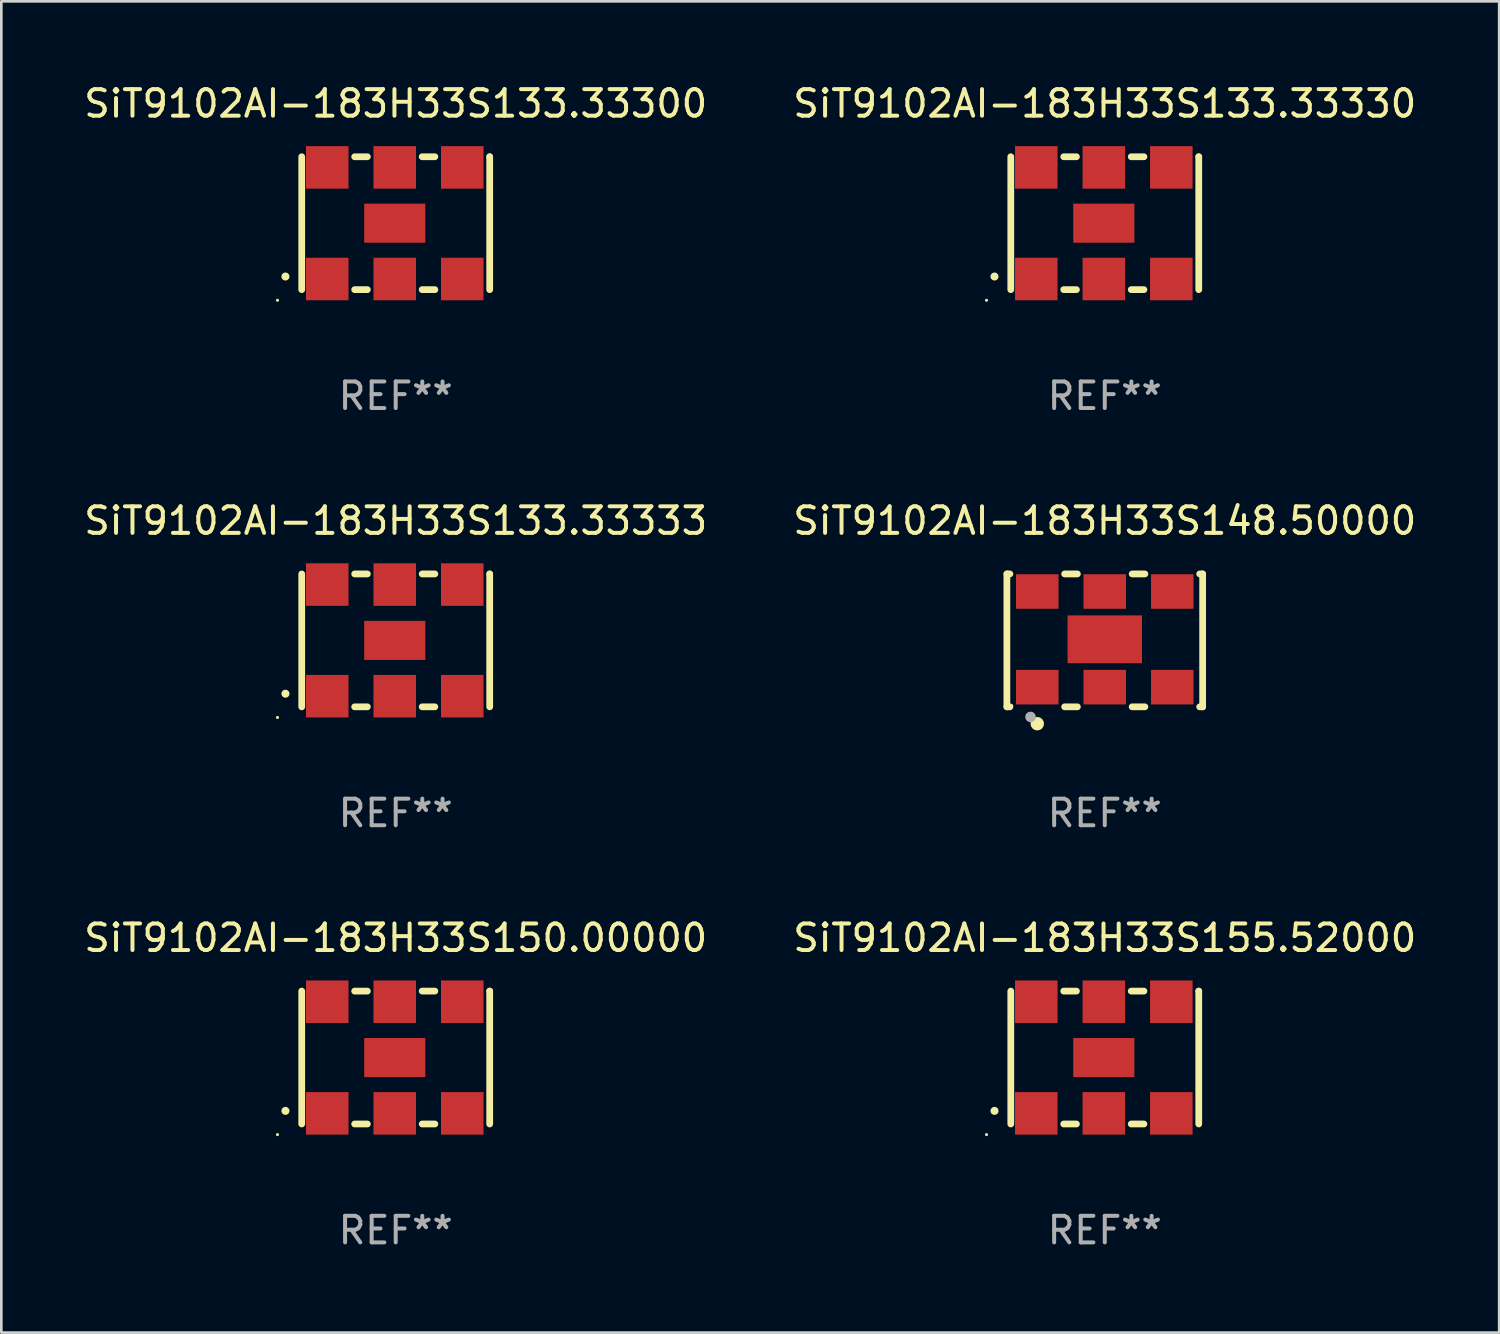
<source format=kicad_pcb>
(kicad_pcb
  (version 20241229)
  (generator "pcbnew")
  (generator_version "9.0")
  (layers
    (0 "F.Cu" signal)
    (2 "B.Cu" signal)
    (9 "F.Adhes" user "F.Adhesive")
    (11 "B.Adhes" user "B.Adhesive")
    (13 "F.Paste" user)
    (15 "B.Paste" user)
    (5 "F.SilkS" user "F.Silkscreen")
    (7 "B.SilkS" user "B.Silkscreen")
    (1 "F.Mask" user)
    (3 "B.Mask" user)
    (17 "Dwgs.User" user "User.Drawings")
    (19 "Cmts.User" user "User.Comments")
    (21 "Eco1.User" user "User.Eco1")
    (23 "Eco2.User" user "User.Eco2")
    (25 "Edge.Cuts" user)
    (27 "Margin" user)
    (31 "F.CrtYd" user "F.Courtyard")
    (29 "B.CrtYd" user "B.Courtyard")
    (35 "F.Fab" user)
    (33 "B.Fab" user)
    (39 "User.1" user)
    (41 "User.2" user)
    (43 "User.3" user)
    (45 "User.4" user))
  (footprint "SiT9102AI-183H33S148.50000"
    (layer "F.Cu")
    (at 38.518 21.045)
    (property "Reference" "SiT9102AI-183H33S148.50000" (at 0 -4.5 0) (layer "F.SilkS") (effects (font (size 1 1) (thickness 0.15))))
    (attr through_hole)
    (fp_line (start -3.683 -2.5) (end -3.571 -2.5) (stroke (width 0.254) (type solid)) (layer "F.SilkS"))
    (fp_line (start -3.683 2.5) (end -3.683 -2.5) (stroke (width 0.254) (type solid)) (layer "F.SilkS"))
    (fp_line (start -3.683 2.5) (end -3.571 2.5) (stroke (width 0.254) (type solid)) (layer "F.SilkS"))
    (fp_line (start -1.509 -2.5) (end -1.031 -2.5) (stroke (width 0.254) (type solid)) (layer "F.SilkS"))
    (fp_line (start -1.509 2.5) (end -1.031 2.5) (stroke (width 0.254) (type solid)) (layer "F.SilkS"))
    (fp_line (start 1.031 -2.5) (end 1.509 -2.5) (stroke (width 0.254) (type solid)) (layer "F.SilkS"))
    (fp_line (start 1.031 2.5) (end 1.509 2.5) (stroke (width 0.254) (type solid)) (layer "F.SilkS"))
    (fp_line (start 3.571 -2.5) (end 3.683 -2.5) (stroke (width 0.254) (type solid)) (layer "F.SilkS"))
    (fp_line (start 3.571 2.5) (end 3.683 2.5) (stroke (width 0.254) (type solid)) (layer "F.SilkS"))
    (fp_line (start 3.683 2.5) (end 3.683 -2.5) (stroke (width 0.254) (type solid)) (layer "F.SilkS"))
    (fp_circle (center -3.5 2.46) (end -3.47 2.46) (stroke (width 0.06) (type solid)) (fill no) (layer "F.SilkS"))
    (fp_circle (center -2.54 3.135) (end -2.413 3.135) (stroke (width 0.254) (type solid)) (fill no) (layer "F.SilkS"))
    (fp_circle (center -2.794 2.881) (end -2.694 2.881) (stroke (width 0.2) (type solid)) (fill no) (layer "F.Fab"))
    (fp_text user "REF**" (at 0 6.5 0) (layer "F.Fab") (effects (font (size 1 1) (thickness 0.15))))
    (pad "1" smd rect (at -2.54 1.76) (size 1.6 1.3) (layers "F.Cu" "F.Mask" "F.Paste"))
    (pad "2" smd rect (at 0 1.76) (size 1.6 1.3) (layers "F.Cu" "F.Mask" "F.Paste"))
    (pad "3" smd rect (at 2.54 1.76) (size 1.6 1.3) (layers "F.Cu" "F.Mask" "F.Paste"))
    (pad "4" smd rect (at 2.54 -1.84) (size 1.6 1.3) (layers "F.Cu" "F.Mask" "F.Paste"))
    (pad "5" smd rect (at 0 -1.84) (size 1.6 1.3) (layers "F.Cu" "F.Mask" "F.Paste"))
    (pad "6" smd rect (at -2.54 -1.84) (size 1.6 1.3) (layers "F.Cu" "F.Mask" "F.Paste"))
    (pad "7" smd rect (at 0 -0.04) (size 2.8 1.8) (layers "F.Cu" "F.Mask" "F.Paste")))
  (footprint "SiT9102AI-183H33S133.33330"
    (layer "F.Cu")
    (at 38.518 5.348)
    (property "Reference" "SiT9102AI-183H33S133.33330" (at 0 -4.5 0) (layer "F.SilkS") (effects (font (size 1 1) (thickness 0.15))))
    (attr through_hole)
    (fp_line (start -3.536 -2.5) (end -3.536 2.5) (stroke (width 0.254) (type solid)) (layer "F.SilkS"))
    (fp_line (start -1.544 2.5) (end -1.067 2.5) (stroke (width 0.254) (type solid)) (layer "F.SilkS"))
    (fp_line (start -1.067 -2.5) (end -1.544 -2.5) (stroke (width 0.254) (type solid)) (layer "F.SilkS"))
    (fp_line (start 0.996 2.5) (end 1.473 2.5) (stroke (width 0.254) (type solid)) (layer "F.SilkS"))
    (fp_line (start 1.473 -2.5) (end 0.996 -2.5) (stroke (width 0.254) (type solid)) (layer "F.SilkS"))
    (fp_line (start 3.536 -2.5) (end 3.536 -2.5) (stroke (width 0.254) (type solid)) (layer "F.SilkS"))
    (fp_line (start 3.536 2.5) (end 3.536 -2.5) (stroke (width 0.254) (type solid)) (layer "F.SilkS"))
    (fp_arc (start -4.150432 2.006604) (mid -4.149162 2.006599) (end -4.147892 2.006604) (stroke (width 0.3) (type solid)) (layer "F.SilkS"))
    (fp_circle (center -4.449 2.9) (end -4.419 2.9) (stroke (width 0.06) (type solid)) (fill no) (layer "F.SilkS"))
    (fp_text user "REF**" (at 0 6.5 0) (layer "F.Fab") (effects (font (size 1 1) (thickness 0.15))))
    (pad "1" smd rect (at -2.576 2.1) (size 1.6 1.6) (layers "F.Cu" "F.Mask" "F.Paste"))
    (pad "2" smd rect (at -0.036 2.1) (size 1.6 1.6) (layers "F.Cu" "F.Mask" "F.Paste"))
    (pad "3" smd rect (at 2.504 2.1) (size 1.6 1.6) (layers "F.Cu" "F.Mask" "F.Paste"))
    (pad "4" smd rect (at 2.504 -2.1) (size 1.6 1.6) (layers "F.Cu" "F.Mask" "F.Paste"))
    (pad "5" smd rect (at -0.036 -2.1) (size 1.6 1.6) (layers "F.Cu" "F.Mask" "F.Paste"))
    (pad "6" smd rect (at -2.576 -2.1) (size 1.6 1.6) (layers "F.Cu" "F.Mask" "F.Paste"))
    (pad "7" smd rect (at -0.036 0) (size 2.3 1.47) (layers "F.Cu" "F.Mask" "F.Paste")))
  (footprint "SiT9102AI-183H33S155.52000"
    (layer "F.Cu")
    (at 38.518 36.741)
    (property "Reference" "SiT9102AI-183H33S155.52000" (at 0 -4.5 0) (layer "F.SilkS") (effects (font (size 1 1) (thickness 0.15))))
    (attr through_hole)
    (fp_line (start -3.536 -2.5) (end -3.536 2.5) (stroke (width 0.254) (type solid)) (layer "F.SilkS"))
    (fp_line (start -1.544 2.5) (end -1.067 2.5) (stroke (width 0.254) (type solid)) (layer "F.SilkS"))
    (fp_line (start -1.067 -2.5) (end -1.544 -2.5) (stroke (width 0.254) (type solid)) (layer "F.SilkS"))
    (fp_line (start 0.996 2.5) (end 1.473 2.5) (stroke (width 0.254) (type solid)) (layer "F.SilkS"))
    (fp_line (start 1.473 -2.5) (end 0.996 -2.5) (stroke (width 0.254) (type solid)) (layer "F.SilkS"))
    (fp_line (start 3.536 -2.5) (end 3.536 -2.5) (stroke (width 0.254) (type solid)) (layer "F.SilkS"))
    (fp_line (start 3.536 2.5) (end 3.536 -2.5) (stroke (width 0.254) (type solid)) (layer "F.SilkS"))
    (fp_arc (start -4.150432 2.006604) (mid -4.149162 2.006599) (end -4.147892 2.006604) (stroke (width 0.3) (type solid)) (layer "F.SilkS"))
    (fp_circle (center -4.449 2.9) (end -4.419 2.9) (stroke (width 0.06) (type solid)) (fill no) (layer "F.SilkS"))
    (fp_text user "REF**" (at 0 6.5 0) (layer "F.Fab") (effects (font (size 1 1) (thickness 0.15))))
    (pad "1" smd rect (at -2.576 2.1) (size 1.6 1.6) (layers "F.Cu" "F.Mask" "F.Paste"))
    (pad "2" smd rect (at -0.036 2.1) (size 1.6 1.6) (layers "F.Cu" "F.Mask" "F.Paste"))
    (pad "3" smd rect (at 2.504 2.1) (size 1.6 1.6) (layers "F.Cu" "F.Mask" "F.Paste"))
    (pad "4" smd rect (at 2.504 -2.1) (size 1.6 1.6) (layers "F.Cu" "F.Mask" "F.Paste"))
    (pad "5" smd rect (at -0.036 -2.1) (size 1.6 1.6) (layers "F.Cu" "F.Mask" "F.Paste"))
    (pad "6" smd rect (at -2.576 -2.1) (size 1.6 1.6) (layers "F.Cu" "F.Mask" "F.Paste"))
    (pad "7" smd rect (at -0.036 0) (size 2.3 1.47) (layers "F.Cu" "F.Mask" "F.Paste")))
  (footprint "SiT9102AI-183H33S133.33300"
    (layer "F.Cu")
    (at 11.839 5.348)
    (property "Reference" "SiT9102AI-183H33S133.33300" (at 0 -4.5 0) (layer "F.SilkS") (effects (font (size 1 1) (thickness 0.15))))
    (attr through_hole)
    (fp_line (start -3.536 -2.5) (end -3.536 2.5) (stroke (width 0.254) (type solid)) (layer "F.SilkS"))
    (fp_line (start -1.544 2.5) (end -1.067 2.5) (stroke (width 0.254) (type solid)) (layer "F.SilkS"))
    (fp_line (start -1.067 -2.5) (end -1.544 -2.5) (stroke (width 0.254) (type solid)) (layer "F.SilkS"))
    (fp_line (start 0.996 2.5) (end 1.473 2.5) (stroke (width 0.254) (type solid)) (layer "F.SilkS"))
    (fp_line (start 1.473 -2.5) (end 0.996 -2.5) (stroke (width 0.254) (type solid)) (layer "F.SilkS"))
    (fp_line (start 3.536 -2.5) (end 3.536 -2.5) (stroke (width 0.254) (type solid)) (layer "F.SilkS"))
    (fp_line (start 3.536 2.5) (end 3.536 -2.5) (stroke (width 0.254) (type solid)) (layer "F.SilkS"))
    (fp_arc (start -4.150432 2.006604) (mid -4.149162 2.006599) (end -4.147892 2.006604) (stroke (width 0.3) (type solid)) (layer "F.SilkS"))
    (fp_circle (center -4.449 2.9) (end -4.419 2.9) (stroke (width 0.06) (type solid)) (fill no) (layer "F.SilkS"))
    (fp_text user "REF**" (at 0 6.5 0) (layer "F.Fab") (effects (font (size 1 1) (thickness 0.15))))
    (pad "1" smd rect (at -2.576 2.1) (size 1.6 1.6) (layers "F.Cu" "F.Mask" "F.Paste"))
    (pad "2" smd rect (at -0.036 2.1) (size 1.6 1.6) (layers "F.Cu" "F.Mask" "F.Paste"))
    (pad "3" smd rect (at 2.504 2.1) (size 1.6 1.6) (layers "F.Cu" "F.Mask" "F.Paste"))
    (pad "4" smd rect (at 2.504 -2.1) (size 1.6 1.6) (layers "F.Cu" "F.Mask" "F.Paste"))
    (pad "5" smd rect (at -0.036 -2.1) (size 1.6 1.6) (layers "F.Cu" "F.Mask" "F.Paste"))
    (pad "6" smd rect (at -2.576 -2.1) (size 1.6 1.6) (layers "F.Cu" "F.Mask" "F.Paste"))
    (pad "7" smd rect (at -0.036 0) (size 2.3 1.47) (layers "F.Cu" "F.Mask" "F.Paste")))
  (footprint "SiT9102AI-183H33S133.33333"
    (layer "F.Cu")
    (at 11.839 21.045)
    (property "Reference" "SiT9102AI-183H33S133.33333" (at 0 -4.5 0) (layer "F.SilkS") (effects (font (size 1 1) (thickness 0.15))))
    (attr through_hole)
    (fp_line (start -3.536 -2.5) (end -3.536 2.5) (stroke (width 0.254) (type solid)) (layer "F.SilkS"))
    (fp_line (start -1.544 2.5) (end -1.067 2.5) (stroke (width 0.254) (type solid)) (layer "F.SilkS"))
    (fp_line (start -1.067 -2.5) (end -1.544 -2.5) (stroke (width 0.254) (type solid)) (layer "F.SilkS"))
    (fp_line (start 0.996 2.5) (end 1.473 2.5) (stroke (width 0.254) (type solid)) (layer "F.SilkS"))
    (fp_line (start 1.473 -2.5) (end 0.996 -2.5) (stroke (width 0.254) (type solid)) (layer "F.SilkS"))
    (fp_line (start 3.536 -2.5) (end 3.536 -2.5) (stroke (width 0.254) (type solid)) (layer "F.SilkS"))
    (fp_line (start 3.536 2.5) (end 3.536 -2.5) (stroke (width 0.254) (type solid)) (layer "F.SilkS"))
    (fp_arc (start -4.150432 2.006604) (mid -4.149162 2.006599) (end -4.147892 2.006604) (stroke (width 0.3) (type solid)) (layer "F.SilkS"))
    (fp_circle (center -4.449 2.9) (end -4.419 2.9) (stroke (width 0.06) (type solid)) (fill no) (layer "F.SilkS"))
    (fp_text user "REF**" (at 0 6.5 0) (layer "F.Fab") (effects (font (size 1 1) (thickness 0.15))))
    (pad "1" smd rect (at -2.576 2.1) (size 1.6 1.6) (layers "F.Cu" "F.Mask" "F.Paste"))
    (pad "2" smd rect (at -0.036 2.1) (size 1.6 1.6) (layers "F.Cu" "F.Mask" "F.Paste"))
    (pad "3" smd rect (at 2.504 2.1) (size 1.6 1.6) (layers "F.Cu" "F.Mask" "F.Paste"))
    (pad "4" smd rect (at 2.504 -2.1) (size 1.6 1.6) (layers "F.Cu" "F.Mask" "F.Paste"))
    (pad "5" smd rect (at -0.036 -2.1) (size 1.6 1.6) (layers "F.Cu" "F.Mask" "F.Paste"))
    (pad "6" smd rect (at -2.576 -2.1) (size 1.6 1.6) (layers "F.Cu" "F.Mask" "F.Paste"))
    (pad "7" smd rect (at -0.036 0) (size 2.3 1.47) (layers "F.Cu" "F.Mask" "F.Paste")))
  (footprint "SiT9102AI-183H33S150.00000"
    (layer "F.Cu")
    (at 11.839 36.741)
    (property "Reference" "SiT9102AI-183H33S150.00000" (at 0 -4.5 0) (layer "F.SilkS") (effects (font (size 1 1) (thickness 0.15))))
    (attr through_hole)
    (fp_line (start -3.536 -2.5) (end -3.536 2.5) (stroke (width 0.254) (type solid)) (layer "F.SilkS"))
    (fp_line (start -1.544 2.5) (end -1.067 2.5) (stroke (width 0.254) (type solid)) (layer "F.SilkS"))
    (fp_line (start -1.067 -2.5) (end -1.544 -2.5) (stroke (width 0.254) (type solid)) (layer "F.SilkS"))
    (fp_line (start 0.996 2.5) (end 1.473 2.5) (stroke (width 0.254) (type solid)) (layer "F.SilkS"))
    (fp_line (start 1.473 -2.5) (end 0.996 -2.5) (stroke (width 0.254) (type solid)) (layer "F.SilkS"))
    (fp_line (start 3.536 -2.5) (end 3.536 -2.5) (stroke (width 0.254) (type solid)) (layer "F.SilkS"))
    (fp_line (start 3.536 2.5) (end 3.536 -2.5) (stroke (width 0.254) (type solid)) (layer "F.SilkS"))
    (fp_arc (start -4.150432 2.006604) (mid -4.149162 2.006599) (end -4.147892 2.006604) (stroke (width 0.3) (type solid)) (layer "F.SilkS"))
    (fp_circle (center -4.449 2.9) (end -4.419 2.9) (stroke (width 0.06) (type solid)) (fill no) (layer "F.SilkS"))
    (fp_text user "REF**" (at 0 6.5 0) (layer "F.Fab") (effects (font (size 1 1) (thickness 0.15))))
    (pad "1" smd rect (at -2.576 2.1) (size 1.6 1.6) (layers "F.Cu" "F.Mask" "F.Paste"))
    (pad "2" smd rect (at -0.036 2.1) (size 1.6 1.6) (layers "F.Cu" "F.Mask" "F.Paste"))
    (pad "3" smd rect (at 2.504 2.1) (size 1.6 1.6) (layers "F.Cu" "F.Mask" "F.Paste"))
    (pad "4" smd rect (at 2.504 -2.1) (size 1.6 1.6) (layers "F.Cu" "F.Mask" "F.Paste"))
    (pad "5" smd rect (at -0.036 -2.1) (size 1.6 1.6) (layers "F.Cu" "F.Mask" "F.Paste"))
    (pad "6" smd rect (at -2.576 -2.1) (size 1.6 1.6) (layers "F.Cu" "F.Mask" "F.Paste"))
    (pad "7" smd rect (at -0.036 0) (size 2.3 1.47) (layers "F.Cu" "F.Mask" "F.Paste")))
  (gr_rect
    (start -3 -3)
    (end 53.357 47.09)
    (stroke (width 0.1) (type default))
    (fill no)
    (layer "Edge.Cuts")))
</source>
